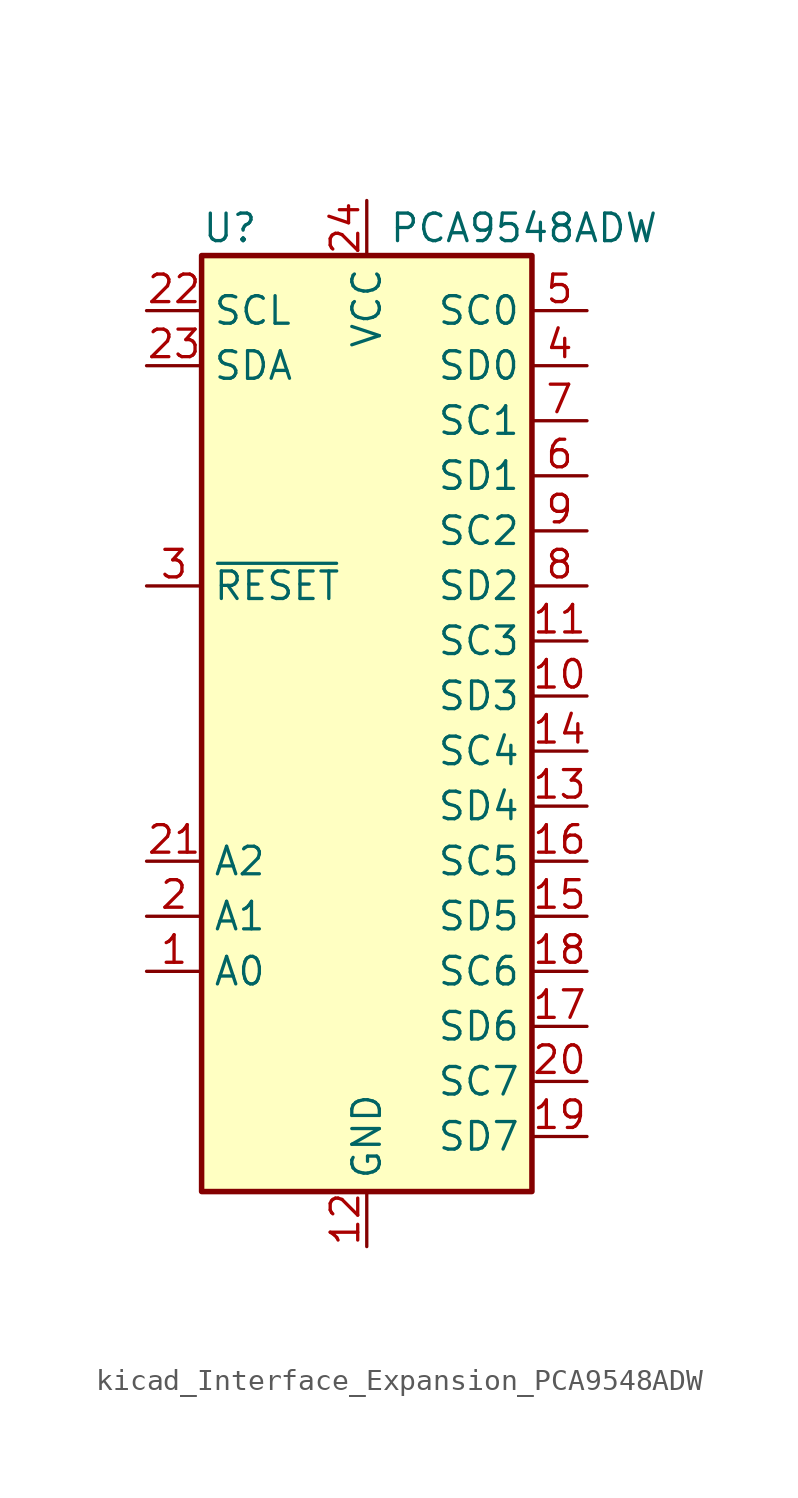
<source format=kicad_sym>
(kicad_symbol_lib
  (version 20220914)
  (generator kicad_symbol_editor)
  (symbol "kicad_Interface_Expansion_PCA9548ADW"
    (property "Reference" "U"
      (at -7.62 21.59 0)
      (effects (font (size 1.27 1.27)) (justify left)))
    (property "Value" "PCA9548ADW"
      (at 1.016 21.59 0)
      (effects (font (size 1.27 1.27)) (justify left)))
    (symbol "kicad_Interface_Expansion_PCA9548ADW_0_1"
      (rectangle (start -7.62 20.32) (end 7.62 -22.86) (stroke (width 0.254) (type default)) (fill (type background))))
    (symbol "kicad_Interface_Expansion_PCA9548ADW_1_1"
      (pin input line (at -10.16 -12.7 0) (length 2.54) (name "A0" (effects (font (size 1.27 1.27)))) (number "1" (effects (font (size 1.27 1.27)))))
      (pin bidirectional line (at 10.16 0 180) (length 2.54) (name "SD3" (effects (font (size 1.27 1.27)))) (number "10" (effects (font (size 1.27 1.27)))))
      (pin output line (at 10.16 2.54 180) (length 2.54) (name "SC3" (effects (font (size 1.27 1.27)))) (number "11" (effects (font (size 1.27 1.27)))))
      (pin power_in line (at 0 -25.4 90) (length 2.54) (name "GND" (effects (font (size 1.27 1.27)))) (number "12" (effects (font (size 1.27 1.27)))))
      (pin bidirectional line (at 10.16 -5.08 180) (length 2.54) (name "SD4" (effects (font (size 1.27 1.27)))) (number "13" (effects (font (size 1.27 1.27)))))
      (pin output line (at 10.16 -2.54 180) (length 2.54) (name "SC4" (effects (font (size 1.27 1.27)))) (number "14" (effects (font (size 1.27 1.27)))))
      (pin bidirectional line (at 10.16 -10.16 180) (length 2.54) (name "SD5" (effects (font (size 1.27 1.27)))) (number "15" (effects (font (size 1.27 1.27)))))
      (pin output line (at 10.16 -7.62 180) (length 2.54) (name "SC5" (effects (font (size 1.27 1.27)))) (number "16" (effects (font (size 1.27 1.27)))))
      (pin bidirectional line (at 10.16 -15.24 180) (length 2.54) (name "SD6" (effects (font (size 1.27 1.27)))) (number "17" (effects (font (size 1.27 1.27)))))
      (pin output line (at 10.16 -12.7 180) (length 2.54) (name "SC6" (effects (font (size 1.27 1.27)))) (number "18" (effects (font (size 1.27 1.27)))))
      (pin bidirectional line (at 10.16 -20.32 180) (length 2.54) (name "SD7" (effects (font (size 1.27 1.27)))) (number "19" (effects (font (size 1.27 1.27)))))
      (pin input line (at -10.16 -10.16 0) (length 2.54) (name "A1" (effects (font (size 1.27 1.27)))) (number "2" (effects (font (size 1.27 1.27)))))
      (pin output line (at 10.16 -17.78 180) (length 2.54) (name "SC7" (effects (font (size 1.27 1.27)))) (number "20" (effects (font (size 1.27 1.27)))))
      (pin input line (at -10.16 -7.62 0) (length 2.54) (name "A2" (effects (font (size 1.27 1.27)))) (number "21" (effects (font (size 1.27 1.27)))))
      (pin input line (at -10.16 17.78 0) (length 2.54) (name "SCL" (effects (font (size 1.27 1.27)))) (number "22" (effects (font (size 1.27 1.27)))))
      (pin bidirectional line (at -10.16 15.24 0) (length 2.54) (name "SDA" (effects (font (size 1.27 1.27)))) (number "23" (effects (font (size 1.27 1.27)))))
      (pin power_in line (at 0 22.86 270) (length 2.54) (name "VCC" (effects (font (size 1.27 1.27)))) (number "24" (effects (font (size 1.27 1.27)))))
      (pin input line (at -10.16 5.08 0) (length 2.54) (name "~{RESET}" (effects (font (size 1.27 1.27)))) (number "3" (effects (font (size 1.27 1.27)))))
      (pin bidirectional line (at 10.16 15.24 180) (length 2.54) (name "SD0" (effects (font (size 1.27 1.27)))) (number "4" (effects (font (size 1.27 1.27)))))
      (pin output line (at 10.16 17.78 180) (length 2.54) (name "SC0" (effects (font (size 1.27 1.27)))) (number "5" (effects (font (size 1.27 1.27)))))
      (pin bidirectional line (at 10.16 10.16 180) (length 2.54) (name "SD1" (effects (font (size 1.27 1.27)))) (number "6" (effects (font (size 1.27 1.27)))))
      (pin output line (at 10.16 12.7 180) (length 2.54) (name "SC1" (effects (font (size 1.27 1.27)))) (number "7" (effects (font (size 1.27 1.27)))))
      (pin bidirectional line (at 10.16 5.08 180) (length 2.54) (name "SD2" (effects (font (size 1.27 1.27)))) (number "8" (effects (font (size 1.27 1.27)))))
      (pin output line (at 10.16 7.62 180) (length 2.54) (name "SC2" (effects (font (size 1.27 1.27)))) (number "9" (effects (font (size 1.27 1.27))))))))
</source>
